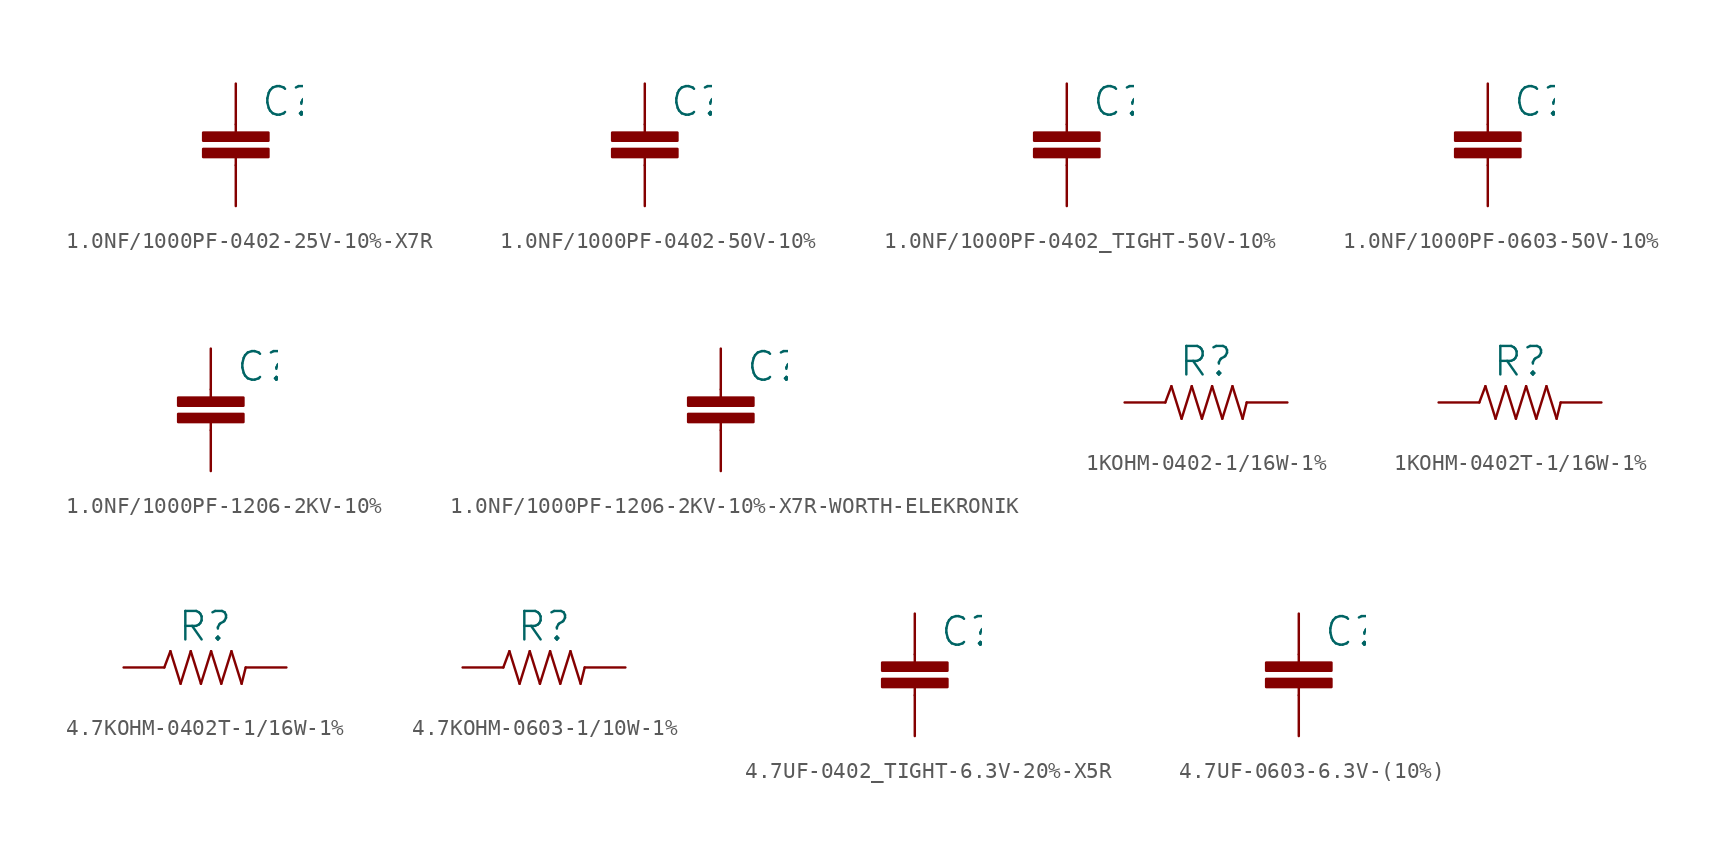
<source format=kicad_sym>
(kicad_symbol_lib
  (version 20231120)
  (generator "kicad_symbol_editor")
  (generator_version "8.0")
  (symbol "1.0NF/1000PF-0402-25V-10%-X7R"
    (property "Reference" "C"
      (at 1.524 2.921 0)
      (effects (font (size 1.778 1.778)) (justify left bottom)))
    (property "Value" ""
      (at 1.524 -2.159 0)
      (effects (font (size 1.778 1.778)) (justify left bottom)))
    (property "ki_locked" ""
      (at 0 0 0)
      (effects (font (size 1.27 1.27))))
    (symbol "1.0NF/1000PF-0402-25V-10%-X7R_1_0"
      (rectangle (start -2.032 0.508) (end 2.032 1.016) (stroke (width 0) (type default)) (fill (type outline)))
      (rectangle (start -2.032 1.524) (end 2.032 2.032) (stroke (width 0) (type default)) (fill (type outline)))
      (polyline (pts (xy 0 0) (xy 0 0.508)) (stroke (width 0.152) (type solid)) (fill (type none)))
      (polyline (pts (xy 0 2.54) (xy 0 2.032)) (stroke (width 0.152) (type solid)) (fill (type none)))
      (pin passive line (at 0 5.08 270) (length 2.54) (name "1" (effects (font (size 0 0)))) (number "1" (effects (font (size 0 0)))))
      (pin passive line (at 0 -2.54 90) (length 2.54) (name "2" (effects (font (size 0 0)))) (number "2" (effects (font (size 0 0)))))))
  (symbol "1.0NF/1000PF-0402-50V-10%"
    (property "Reference" "C"
      (at 1.524 2.921 0)
      (effects (font (size 1.778 1.778)) (justify left bottom)))
    (property "Value" ""
      (at 1.524 -2.159 0)
      (effects (font (size 1.778 1.778)) (justify left bottom)))
    (property "ki_locked" ""
      (at 0 0 0)
      (effects (font (size 1.27 1.27))))
    (symbol "1.0NF/1000PF-0402-50V-10%_1_0"
      (rectangle (start -2.032 0.508) (end 2.032 1.016) (stroke (width 0) (type default)) (fill (type outline)))
      (rectangle (start -2.032 1.524) (end 2.032 2.032) (stroke (width 0) (type default)) (fill (type outline)))
      (polyline (pts (xy 0 0) (xy 0 0.508)) (stroke (width 0.152) (type solid)) (fill (type none)))
      (polyline (pts (xy 0 2.54) (xy 0 2.032)) (stroke (width 0.152) (type solid)) (fill (type none)))
      (pin passive line (at 0 5.08 270) (length 2.54) (name "1" (effects (font (size 0 0)))) (number "1" (effects (font (size 0 0)))))
      (pin passive line (at 0 -2.54 90) (length 2.54) (name "2" (effects (font (size 0 0)))) (number "2" (effects (font (size 0 0)))))))
  (symbol "1.0NF/1000PF-0402_TIGHT-50V-10%"
    (property "Reference" "C"
      (at 1.524 2.921 0)
      (effects (font (size 1.778 1.778)) (justify left bottom)))
    (property "Value" ""
      (at 1.524 -2.159 0)
      (effects (font (size 1.778 1.778)) (justify left bottom)))
    (property "ki_locked" ""
      (at 0 0 0)
      (effects (font (size 1.27 1.27))))
    (symbol "1.0NF/1000PF-0402_TIGHT-50V-10%_1_0"
      (rectangle (start -2.032 0.508) (end 2.032 1.016) (stroke (width 0) (type default)) (fill (type outline)))
      (rectangle (start -2.032 1.524) (end 2.032 2.032) (stroke (width 0) (type default)) (fill (type outline)))
      (polyline (pts (xy 0 0) (xy 0 0.508)) (stroke (width 0.152) (type solid)) (fill (type none)))
      (polyline (pts (xy 0 2.54) (xy 0 2.032)) (stroke (width 0.152) (type solid)) (fill (type none)))
      (pin passive line (at 0 5.08 270) (length 2.54) (name "1" (effects (font (size 0 0)))) (number "1" (effects (font (size 0 0)))))
      (pin passive line (at 0 -2.54 90) (length 2.54) (name "2" (effects (font (size 0 0)))) (number "2" (effects (font (size 0 0)))))))
  (symbol "1.0NF/1000PF-0603-50V-10%"
    (property "Reference" "C"
      (at 1.524 2.921 0)
      (effects (font (size 1.778 1.778)) (justify left bottom)))
    (property "Value" ""
      (at 1.524 -2.159 0)
      (effects (font (size 1.778 1.778)) (justify left bottom)))
    (property "ki_locked" ""
      (at 0 0 0)
      (effects (font (size 1.27 1.27))))
    (symbol "1.0NF/1000PF-0603-50V-10%_1_0"
      (rectangle (start -2.032 0.508) (end 2.032 1.016) (stroke (width 0) (type default)) (fill (type outline)))
      (rectangle (start -2.032 1.524) (end 2.032 2.032) (stroke (width 0) (type default)) (fill (type outline)))
      (polyline (pts (xy 0 0) (xy 0 0.508)) (stroke (width 0.152) (type solid)) (fill (type none)))
      (polyline (pts (xy 0 2.54) (xy 0 2.032)) (stroke (width 0.152) (type solid)) (fill (type none)))
      (pin passive line (at 0 5.08 270) (length 2.54) (name "1" (effects (font (size 0 0)))) (number "1" (effects (font (size 0 0)))))
      (pin passive line (at 0 -2.54 90) (length 2.54) (name "2" (effects (font (size 0 0)))) (number "2" (effects (font (size 0 0)))))))
  (symbol "1.0NF/1000PF-1206-2KV-10%"
    (property "Reference" "C"
      (at 1.524 2.921 0)
      (effects (font (size 1.778 1.778)) (justify left bottom)))
    (property "Value" ""
      (at 1.524 -2.159 0)
      (effects (font (size 1.778 1.778)) (justify left bottom)))
    (property "ki_locked" ""
      (at 0 0 0)
      (effects (font (size 1.27 1.27))))
    (symbol "1.0NF/1000PF-1206-2KV-10%_1_0"
      (rectangle (start -2.032 0.508) (end 2.032 1.016) (stroke (width 0) (type default)) (fill (type outline)))
      (rectangle (start -2.032 1.524) (end 2.032 2.032) (stroke (width 0) (type default)) (fill (type outline)))
      (polyline (pts (xy 0 0) (xy 0 0.508)) (stroke (width 0.152) (type solid)) (fill (type none)))
      (polyline (pts (xy 0 2.54) (xy 0 2.032)) (stroke (width 0.152) (type solid)) (fill (type none)))
      (pin passive line (at 0 5.08 270) (length 2.54) (name "1" (effects (font (size 0 0)))) (number "1" (effects (font (size 0 0)))))
      (pin passive line (at 0 -2.54 90) (length 2.54) (name "2" (effects (font (size 0 0)))) (number "2" (effects (font (size 0 0)))))))
  (symbol "1.0NF/1000PF-1206-2KV-10%-X7R-WORTH-ELEKRONIK"
    (property "Reference" "C"
      (at 1.524 2.921 0)
      (effects (font (size 1.778 1.778)) (justify left bottom)))
    (property "Value" ""
      (at 1.524 -2.159 0)
      (effects (font (size 1.778 1.778)) (justify left bottom)))
    (property "ki_locked" ""
      (at 0 0 0)
      (effects (font (size 1.27 1.27))))
    (symbol "1.0NF/1000PF-1206-2KV-10%-X7R-WORTH-ELEKRONIK_1_0"
      (rectangle (start -2.032 0.508) (end 2.032 1.016) (stroke (width 0) (type default)) (fill (type outline)))
      (rectangle (start -2.032 1.524) (end 2.032 2.032) (stroke (width 0) (type default)) (fill (type outline)))
      (polyline (pts (xy 0 0) (xy 0 0.508)) (stroke (width 0.152) (type solid)) (fill (type none)))
      (polyline (pts (xy 0 2.54) (xy 0 2.032)) (stroke (width 0.152) (type solid)) (fill (type none)))
      (pin passive line (at 0 5.08 270) (length 2.54) (name "1" (effects (font (size 0 0)))) (number "1" (effects (font (size 0 0)))))
      (pin passive line (at 0 -2.54 90) (length 2.54) (name "2" (effects (font (size 0 0)))) (number "2" (effects (font (size 0 0)))))))
  (symbol "1KOHM-0402-1/16W-1%"
    (property "Reference" "R"
      (at 0 1.524 0)
      (effects (font (size 1.778 1.778)) (justify bottom)))
    (property "Value" ""
      (at 0 -1.524 0)
      (effects (font (size 1.778 1.778)) (justify top)))
    (property "ki_locked" ""
      (at 0 0 0)
      (effects (font (size 1.27 1.27))))
    (symbol "1KOHM-0402-1/16W-1%_1_0"
      (polyline (pts (xy -2.54 0) (xy -2.159 1.016)) (stroke (width 0.152) (type solid)) (fill (type none)))
      (polyline (pts (xy -2.159 1.016) (xy -1.524 -1.016)) (stroke (width 0.152) (type solid)) (fill (type none)))
      (polyline (pts (xy -1.524 -1.016) (xy -0.889 1.016)) (stroke (width 0.152) (type solid)) (fill (type none)))
      (polyline (pts (xy -0.889 1.016) (xy -0.254 -1.016)) (stroke (width 0.152) (type solid)) (fill (type none)))
      (polyline (pts (xy -0.254 -1.016) (xy 0.381 1.016)) (stroke (width 0.152) (type solid)) (fill (type none)))
      (polyline (pts (xy 0.381 1.016) (xy 1.016 -1.016)) (stroke (width 0.152) (type solid)) (fill (type none)))
      (polyline (pts (xy 1.016 -1.016) (xy 1.651 1.016)) (stroke (width 0.152) (type solid)) (fill (type none)))
      (polyline (pts (xy 1.651 1.016) (xy 2.286 -1.016)) (stroke (width 0.152) (type solid)) (fill (type none)))
      (polyline (pts (xy 2.286 -1.016) (xy 2.54 0)) (stroke (width 0.152) (type solid)) (fill (type none)))
      (pin passive line (at -5.08 0 0) (length 2.54) (name "1" (effects (font (size 0 0)))) (number "1" (effects (font (size 0 0)))))
      (pin passive line (at 5.08 0 180) (length 2.54) (name "2" (effects (font (size 0 0)))) (number "2" (effects (font (size 0 0)))))))
  (symbol "1KOHM-0402T-1/16W-1%"
    (property "Reference" "R"
      (at 0 1.524 0)
      (effects (font (size 1.778 1.778)) (justify bottom)))
    (property "Value" ""
      (at 0 -1.524 0)
      (effects (font (size 1.778 1.778)) (justify top)))
    (property "ki_locked" ""
      (at 0 0 0)
      (effects (font (size 1.27 1.27))))
    (symbol "1KOHM-0402T-1/16W-1%_1_0"
      (polyline (pts (xy -2.54 0) (xy -2.159 1.016)) (stroke (width 0.152) (type solid)) (fill (type none)))
      (polyline (pts (xy -2.159 1.016) (xy -1.524 -1.016)) (stroke (width 0.152) (type solid)) (fill (type none)))
      (polyline (pts (xy -1.524 -1.016) (xy -0.889 1.016)) (stroke (width 0.152) (type solid)) (fill (type none)))
      (polyline (pts (xy -0.889 1.016) (xy -0.254 -1.016)) (stroke (width 0.152) (type solid)) (fill (type none)))
      (polyline (pts (xy -0.254 -1.016) (xy 0.381 1.016)) (stroke (width 0.152) (type solid)) (fill (type none)))
      (polyline (pts (xy 0.381 1.016) (xy 1.016 -1.016)) (stroke (width 0.152) (type solid)) (fill (type none)))
      (polyline (pts (xy 1.016 -1.016) (xy 1.651 1.016)) (stroke (width 0.152) (type solid)) (fill (type none)))
      (polyline (pts (xy 1.651 1.016) (xy 2.286 -1.016)) (stroke (width 0.152) (type solid)) (fill (type none)))
      (polyline (pts (xy 2.286 -1.016) (xy 2.54 0)) (stroke (width 0.152) (type solid)) (fill (type none)))
      (pin passive line (at -5.08 0 0) (length 2.54) (name "1" (effects (font (size 0 0)))) (number "1" (effects (font (size 0 0)))))
      (pin passive line (at 5.08 0 180) (length 2.54) (name "2" (effects (font (size 0 0)))) (number "2" (effects (font (size 0 0)))))))
  (symbol "4.7KOHM-0402T-1/16W-1%"
    (property "Reference" "R"
      (at 0 1.524 0)
      (effects (font (size 1.778 1.778)) (justify bottom)))
    (property "Value" ""
      (at 0 -1.524 0)
      (effects (font (size 1.778 1.778)) (justify top)))
    (property "ki_locked" ""
      (at 0 0 0)
      (effects (font (size 1.27 1.27))))
    (symbol "4.7KOHM-0402T-1/16W-1%_1_0"
      (polyline (pts (xy -2.54 0) (xy -2.159 1.016)) (stroke (width 0.152) (type solid)) (fill (type none)))
      (polyline (pts (xy -2.159 1.016) (xy -1.524 -1.016)) (stroke (width 0.152) (type solid)) (fill (type none)))
      (polyline (pts (xy -1.524 -1.016) (xy -0.889 1.016)) (stroke (width 0.152) (type solid)) (fill (type none)))
      (polyline (pts (xy -0.889 1.016) (xy -0.254 -1.016)) (stroke (width 0.152) (type solid)) (fill (type none)))
      (polyline (pts (xy -0.254 -1.016) (xy 0.381 1.016)) (stroke (width 0.152) (type solid)) (fill (type none)))
      (polyline (pts (xy 0.381 1.016) (xy 1.016 -1.016)) (stroke (width 0.152) (type solid)) (fill (type none)))
      (polyline (pts (xy 1.016 -1.016) (xy 1.651 1.016)) (stroke (width 0.152) (type solid)) (fill (type none)))
      (polyline (pts (xy 1.651 1.016) (xy 2.286 -1.016)) (stroke (width 0.152) (type solid)) (fill (type none)))
      (polyline (pts (xy 2.286 -1.016) (xy 2.54 0)) (stroke (width 0.152) (type solid)) (fill (type none)))
      (pin passive line (at -5.08 0 0) (length 2.54) (name "1" (effects (font (size 0 0)))) (number "1" (effects (font (size 0 0)))))
      (pin passive line (at 5.08 0 180) (length 2.54) (name "2" (effects (font (size 0 0)))) (number "2" (effects (font (size 0 0)))))))
  (symbol "4.7KOHM-0603-1/10W-1%"
    (property "Reference" "R"
      (at 0 1.524 0)
      (effects (font (size 1.778 1.778)) (justify bottom)))
    (property "Value" ""
      (at 0 -1.524 0)
      (effects (font (size 1.778 1.778)) (justify top)))
    (property "ki_locked" ""
      (at 0 0 0)
      (effects (font (size 1.27 1.27))))
    (symbol "4.7KOHM-0603-1/10W-1%_1_0"
      (polyline (pts (xy -2.54 0) (xy -2.159 1.016)) (stroke (width 0.152) (type solid)) (fill (type none)))
      (polyline (pts (xy -2.159 1.016) (xy -1.524 -1.016)) (stroke (width 0.152) (type solid)) (fill (type none)))
      (polyline (pts (xy -1.524 -1.016) (xy -0.889 1.016)) (stroke (width 0.152) (type solid)) (fill (type none)))
      (polyline (pts (xy -0.889 1.016) (xy -0.254 -1.016)) (stroke (width 0.152) (type solid)) (fill (type none)))
      (polyline (pts (xy -0.254 -1.016) (xy 0.381 1.016)) (stroke (width 0.152) (type solid)) (fill (type none)))
      (polyline (pts (xy 0.381 1.016) (xy 1.016 -1.016)) (stroke (width 0.152) (type solid)) (fill (type none)))
      (polyline (pts (xy 1.016 -1.016) (xy 1.651 1.016)) (stroke (width 0.152) (type solid)) (fill (type none)))
      (polyline (pts (xy 1.651 1.016) (xy 2.286 -1.016)) (stroke (width 0.152) (type solid)) (fill (type none)))
      (polyline (pts (xy 2.286 -1.016) (xy 2.54 0)) (stroke (width 0.152) (type solid)) (fill (type none)))
      (pin passive line (at -5.08 0 0) (length 2.54) (name "1" (effects (font (size 0 0)))) (number "1" (effects (font (size 0 0)))))
      (pin passive line (at 5.08 0 180) (length 2.54) (name "2" (effects (font (size 0 0)))) (number "2" (effects (font (size 0 0)))))))
  (symbol "4.7UF-0402_TIGHT-6.3V-20%-X5R"
    (property "Reference" "C"
      (at 1.524 2.921 0)
      (effects (font (size 1.778 1.778)) (justify left bottom)))
    (property "Value" ""
      (at 1.524 -2.159 0)
      (effects (font (size 1.778 1.778)) (justify left bottom)))
    (property "ki_locked" ""
      (at 0 0 0)
      (effects (font (size 1.27 1.27))))
    (symbol "4.7UF-0402_TIGHT-6.3V-20%-X5R_1_0"
      (rectangle (start -2.032 0.508) (end 2.032 1.016) (stroke (width 0) (type default)) (fill (type outline)))
      (rectangle (start -2.032 1.524) (end 2.032 2.032) (stroke (width 0) (type default)) (fill (type outline)))
      (polyline (pts (xy 0 0) (xy 0 0.508)) (stroke (width 0.152) (type solid)) (fill (type none)))
      (polyline (pts (xy 0 2.54) (xy 0 2.032)) (stroke (width 0.152) (type solid)) (fill (type none)))
      (pin passive line (at 0 5.08 270) (length 2.54) (name "1" (effects (font (size 0 0)))) (number "1" (effects (font (size 0 0)))))
      (pin passive line (at 0 -2.54 90) (length 2.54) (name "2" (effects (font (size 0 0)))) (number "2" (effects (font (size 0 0)))))))
  (symbol "4.7UF-0603-6.3V-(10%)"
    (property "Reference" "C"
      (at 1.524 2.921 0)
      (effects (font (size 1.778 1.778)) (justify left bottom)))
    (property "Value" ""
      (at 1.524 -2.159 0)
      (effects (font (size 1.778 1.778)) (justify left bottom)))
    (property "ki_locked" ""
      (at 0 0 0)
      (effects (font (size 1.27 1.27))))
    (symbol "4.7UF-0603-6.3V-(10%)_1_0"
      (rectangle (start -2.032 0.508) (end 2.032 1.016) (stroke (width 0) (type default)) (fill (type outline)))
      (rectangle (start -2.032 1.524) (end 2.032 2.032) (stroke (width 0) (type default)) (fill (type outline)))
      (polyline (pts (xy 0 0) (xy 0 0.508)) (stroke (width 0.152) (type solid)) (fill (type none)))
      (polyline (pts (xy 0 2.54) (xy 0 2.032)) (stroke (width 0.152) (type solid)) (fill (type none)))
      (pin passive line (at 0 5.08 270) (length 2.54) (name "1" (effects (font (size 0 0)))) (number "1" (effects (font (size 0 0)))))
      (pin passive line (at 0 -2.54 90) (length 2.54) (name "2" (effects (font (size 0 0)))) (number "2" (effects (font (size 0 0))))))))
</source>
